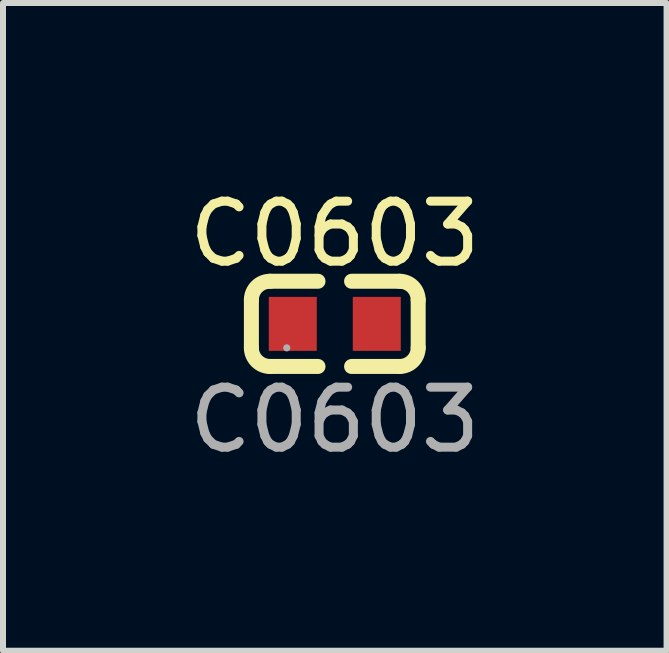
<source format=kicad_pcb>
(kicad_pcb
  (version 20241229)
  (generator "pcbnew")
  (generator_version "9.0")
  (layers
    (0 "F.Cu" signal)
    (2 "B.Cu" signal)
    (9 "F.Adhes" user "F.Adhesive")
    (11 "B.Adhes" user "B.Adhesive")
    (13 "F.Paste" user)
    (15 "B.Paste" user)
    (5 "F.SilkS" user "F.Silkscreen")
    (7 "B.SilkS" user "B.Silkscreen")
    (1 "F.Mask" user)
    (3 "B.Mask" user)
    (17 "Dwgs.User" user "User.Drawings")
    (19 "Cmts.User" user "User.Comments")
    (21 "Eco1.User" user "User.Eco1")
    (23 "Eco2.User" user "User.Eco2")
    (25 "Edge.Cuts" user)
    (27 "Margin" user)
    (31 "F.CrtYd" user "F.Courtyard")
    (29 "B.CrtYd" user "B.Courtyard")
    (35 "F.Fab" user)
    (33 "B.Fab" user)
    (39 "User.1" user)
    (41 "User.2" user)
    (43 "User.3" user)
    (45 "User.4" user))
  (footprint "C0603"
    (layer "F.Cu")
    (at 2.53 2.348)
    (property "Reference" "C0603" (at 0 -1.5 0) (layer "F.SilkS") (effects (font (size 1 1) (thickness 0.15))))
    (attr smd)
    (fp_line (start -1.39 0.4) (end -1.39 -0.4) (stroke (width 0.25) (type solid)) (layer "F.SilkS"))
    (fp_line (start -0.28 -0.71) (end -1.08 -0.71) (stroke (width 0.25) (type solid)) (layer "F.SilkS"))
    (fp_line (start -0.28 0.71) (end -1.08 0.71) (stroke (width 0.25) (type solid)) (layer "F.SilkS"))
    (fp_line (start 0.28 -0.71) (end 1.08 -0.71) (stroke (width 0.25) (type solid)) (layer "F.SilkS"))
    (fp_line (start 0.28 0.71) (end 1.08 0.71) (stroke (width 0.25) (type solid)) (layer "F.SilkS"))
    (fp_line (start 1.39 -0.4) (end 1.39 0.4) (stroke (width 0.25) (type solid)) (layer "F.SilkS"))
    (fp_arc (start -1.39 -0.4) (mid -1.299203 -0.619203) (end -1.08 -0.71) (stroke (width 0.25) (type solid)) (layer "F.SilkS"))
    (fp_arc (start -1.08 0.71) (mid -1.299203 0.619203) (end -1.39 0.4) (stroke (width 0.25) (type solid)) (layer "F.SilkS"))
    (fp_arc (start 1.08 -0.71) (mid 1.299203 -0.619203) (end 1.39 -0.4) (stroke (width 0.25) (type solid)) (layer "F.SilkS"))
    (fp_arc (start 1.39 0.4) (mid 1.299203 0.619203) (end 1.08 0.71) (stroke (width 0.25) (type solid)) (layer "F.SilkS"))
    (fp_circle (center -0.8 0.4) (end -0.77 0.4) (stroke (width 0.06) (type solid)) (fill no) (layer "F.Fab"))
    (fp_text user "${REFERENCE}" (at 0 1.6 0) (layer "F.Fab") (effects (font (size 1 1) (thickness 0.15))))
    (pad "1" smd rect (at -0.7 0) (size 0.8 0.9) (layers "F.Cu" "F.Mask" "F.Paste"))
    (pad "2" smd rect (at 0.7 0) (size 0.8 0.9) (layers "F.Cu" "F.Mask" "F.Paste")))
  (gr_rect
    (start -3 -3)
    (end 8.06 7.796)
    (stroke (width 0.1) (type default))
    (fill no)
    (layer "Edge.Cuts")))
</source>
